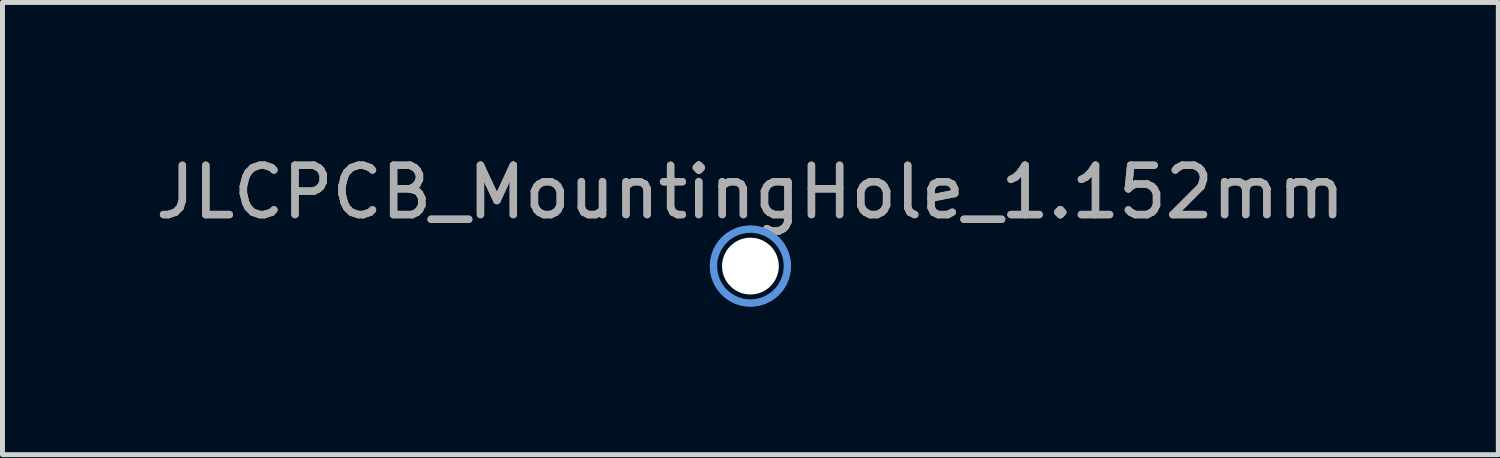
<source format=kicad_pcb>
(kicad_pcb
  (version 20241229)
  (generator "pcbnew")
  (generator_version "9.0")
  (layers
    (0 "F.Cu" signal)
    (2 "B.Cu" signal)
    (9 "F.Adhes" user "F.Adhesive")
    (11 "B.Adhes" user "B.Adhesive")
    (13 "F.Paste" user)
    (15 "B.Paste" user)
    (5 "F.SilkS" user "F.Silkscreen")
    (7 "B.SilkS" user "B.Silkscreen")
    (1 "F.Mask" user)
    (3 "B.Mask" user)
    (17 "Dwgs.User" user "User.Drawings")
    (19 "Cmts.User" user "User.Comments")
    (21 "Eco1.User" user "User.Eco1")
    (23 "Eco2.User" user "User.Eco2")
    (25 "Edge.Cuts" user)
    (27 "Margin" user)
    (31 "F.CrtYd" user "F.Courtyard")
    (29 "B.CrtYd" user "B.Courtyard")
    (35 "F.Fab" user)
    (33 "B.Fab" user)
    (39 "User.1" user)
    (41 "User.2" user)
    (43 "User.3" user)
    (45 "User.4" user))
  (footprint "JLCPCB_MountingHole_1.152mm"
    (layer "F.Cu")
    (at 12.173 2.348)
    (property "Reference" "JLCPCB_MountingHole_1.152mm" (at 0 -1.5 0) (layer "F.Fab") (effects (font (size 1 1) (thickness 0.15))))
    (attr exclude_from_pos_files exclude_from_bom)
    (fp_circle (center 0 0) (end 0.75 0) (stroke (width 0.15) (type solid)) (fill no) (layer "Cmts.User"))
    (fp_circle (center 0 0) (end 0.75 0.25) (stroke (width 0.05) (type solid)) (fill no) (layer "F.CrtYd"))
    (fp_text user "${REFERENCE}" (at 0 -1.5 0) (layer "F.Fab") (effects (font (size 1 1) (thickness 0.15))))
    (pad "" np_thru_hole circle (at 0 0) (size 1.152 1.152) (drill 1.152) (layers "*.Cu" "*.Mask")))
  (gr_rect
    (start -3 -3)
    (end 27.345 6.173)
    (stroke (width 0.1) (type default))
    (fill no)
    (layer "Edge.Cuts")))
</source>
